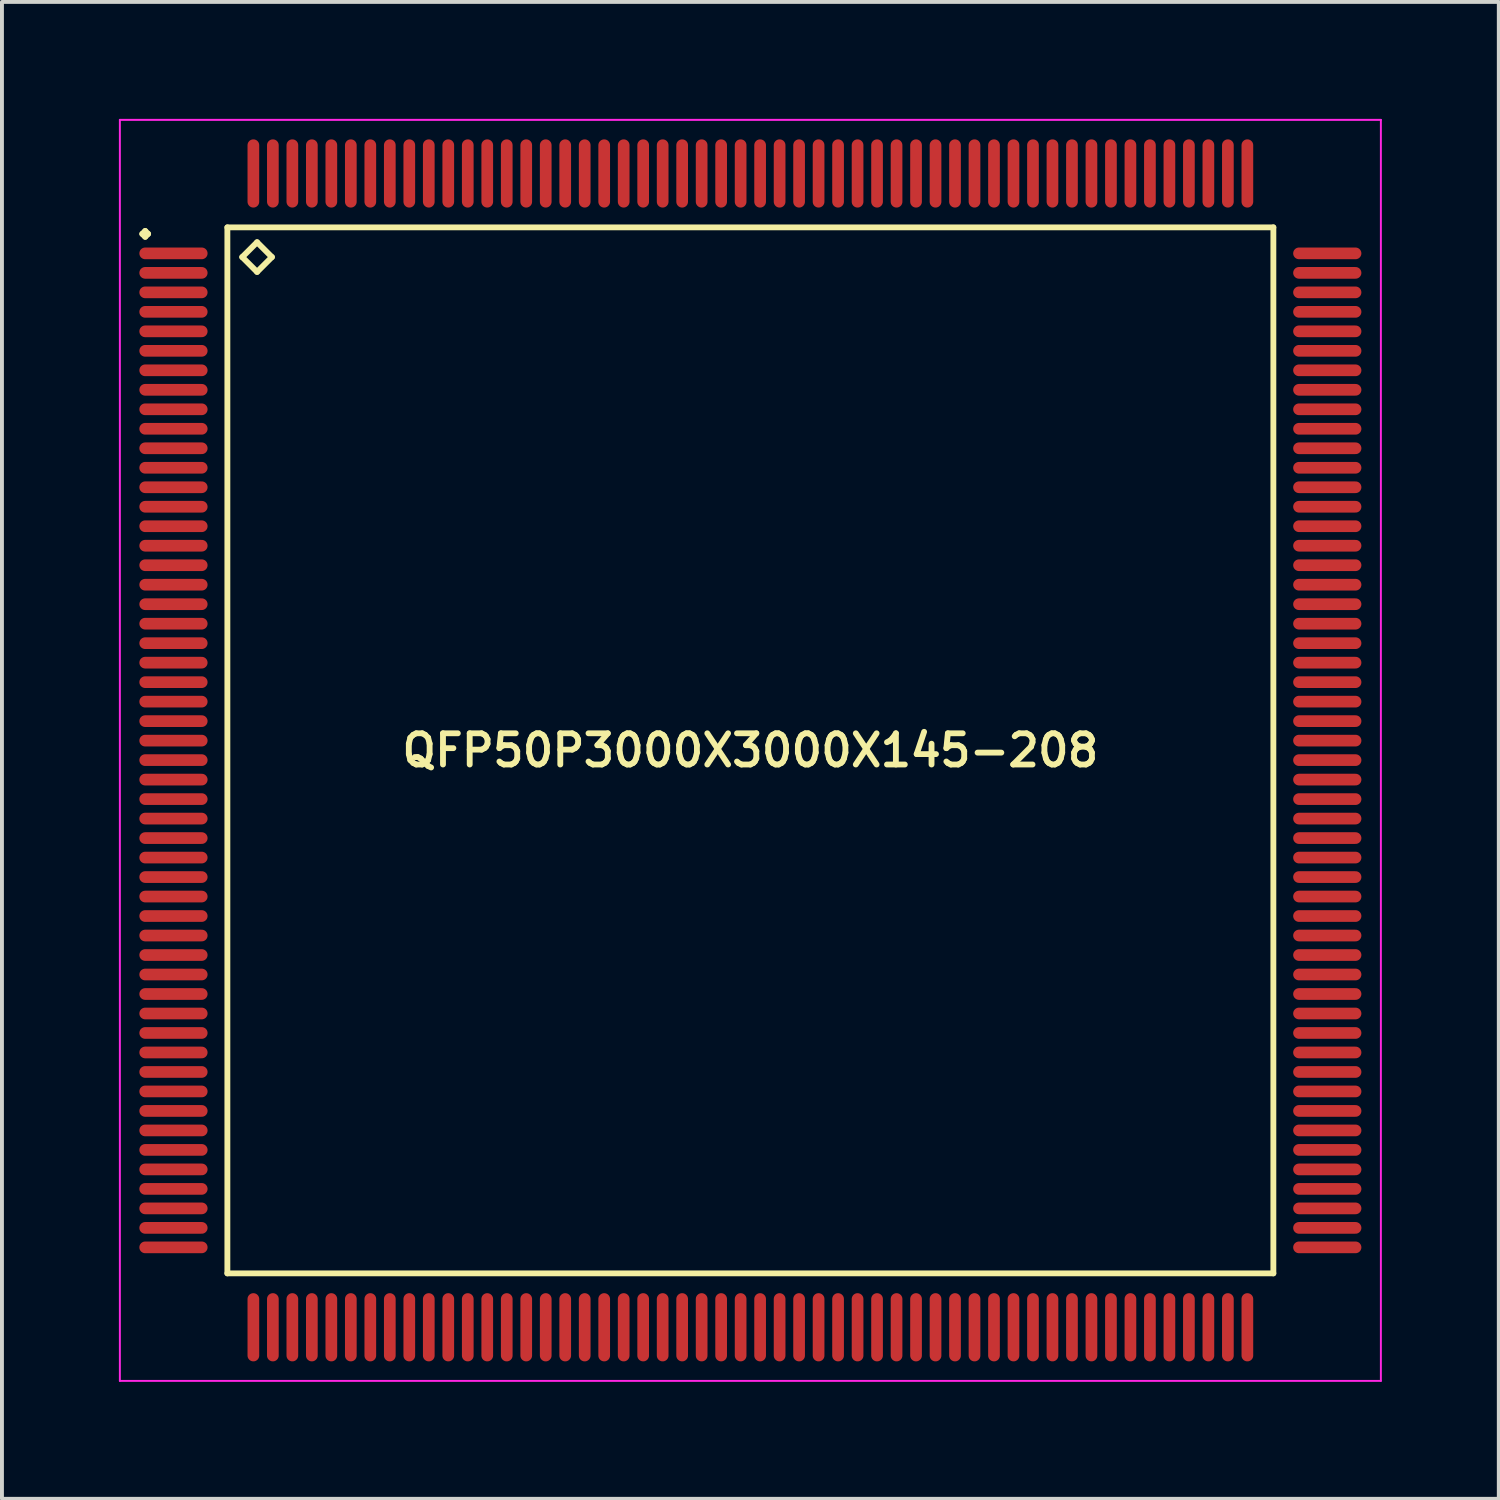
<source format=kicad_pcb>
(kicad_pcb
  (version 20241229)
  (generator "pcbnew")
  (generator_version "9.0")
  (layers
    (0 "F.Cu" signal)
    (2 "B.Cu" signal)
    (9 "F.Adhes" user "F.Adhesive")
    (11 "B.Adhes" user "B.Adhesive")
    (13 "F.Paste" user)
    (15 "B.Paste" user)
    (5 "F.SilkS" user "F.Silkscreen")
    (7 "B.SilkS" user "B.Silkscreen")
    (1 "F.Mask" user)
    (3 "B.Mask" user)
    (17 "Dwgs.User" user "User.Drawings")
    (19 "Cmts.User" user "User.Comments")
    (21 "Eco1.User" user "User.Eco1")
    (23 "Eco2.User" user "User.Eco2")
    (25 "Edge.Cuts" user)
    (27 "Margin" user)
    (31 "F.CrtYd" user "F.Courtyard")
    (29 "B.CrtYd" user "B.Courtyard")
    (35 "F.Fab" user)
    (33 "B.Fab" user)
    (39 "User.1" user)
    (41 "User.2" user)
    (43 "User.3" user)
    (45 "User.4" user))
  (footprint "QFP50P3000X3000X145-208"
    (layer "F.Cu")
    (at 16.2 16.2)
    (property "Reference" "QFP50P3000X3000X145-208" (at 0 0 0) (layer "F.SilkS") (effects (font (size 0.8 0.8) (thickness 0.15))))
    (attr smd)
    (fp_line (start -15.6 -13.25) (end -15.525 -13.325) (stroke (width 0.15) (type solid)) (layer "F.SilkS"))
    (fp_line (start -15.525 -13.325) (end -15.45 -13.25) (stroke (width 0.15) (type solid)) (layer "F.SilkS"))
    (fp_line (start -15.525 -13.175) (end -15.6 -13.25) (stroke (width 0.15) (type solid)) (layer "F.SilkS"))
    (fp_line (start -15.45 -13.25) (end -15.525 -13.175) (stroke (width 0.15) (type solid)) (layer "F.SilkS"))
    (fp_line (start -13.417 -13.417) (end -13.417 13.417) (stroke (width 0.15) (type solid)) (layer "F.SilkS"))
    (fp_line (start -13.417 13.417) (end 13.417 13.417) (stroke (width 0.15) (type solid)) (layer "F.SilkS"))
    (fp_line (start -13.036 -12.655) (end -12.655 -13.036) (stroke (width 0.15) (type solid)) (layer "F.SilkS"))
    (fp_line (start -12.655 -13.036) (end -12.274 -12.655) (stroke (width 0.15) (type solid)) (layer "F.SilkS"))
    (fp_line (start -12.655 -12.274) (end -13.036 -12.655) (stroke (width 0.15) (type solid)) (layer "F.SilkS"))
    (fp_line (start -12.274 -12.655) (end -12.655 -12.274) (stroke (width 0.15) (type solid)) (layer "F.SilkS"))
    (fp_line (start 13.417 -13.417) (end -13.417 -13.417) (stroke (width 0.15) (type solid)) (layer "F.SilkS"))
    (fp_line (start 13.417 13.417) (end 13.417 -13.417) (stroke (width 0.15) (type solid)) (layer "F.SilkS"))
    (fp_line (start -16.175 -16.175) (end 16.175 -16.175) (stroke (width 0.05) (type solid)) (layer "F.CrtYd"))
    (fp_line (start -16.175 16.175) (end -16.175 -16.175) (stroke (width 0.05) (type solid)) (layer "F.CrtYd"))
    (fp_line (start 16.175 -16.175) (end 16.175 16.175) (stroke (width 0.05) (type solid)) (layer "F.CrtYd"))
    (fp_line (start 16.175 16.175) (end -16.175 16.175) (stroke (width 0.05) (type solid)) (layer "F.CrtYd"))
    (pad "1" smd oval (at -14.8 -12.75) (size 1.75 0.3) (layers "F.Cu" "F.Mask" "F.Paste"))
    (pad "2" smd oval (at -14.8 -12.25) (size 1.75 0.3) (layers "F.Cu" "F.Mask" "F.Paste"))
    (pad "3" smd oval (at -14.8 -11.75) (size 1.75 0.3) (layers "F.Cu" "F.Mask" "F.Paste"))
    (pad "4" smd oval (at -14.8 -11.25) (size 1.75 0.3) (layers "F.Cu" "F.Mask" "F.Paste"))
    (pad "5" smd oval (at -14.8 -10.75) (size 1.75 0.3) (layers "F.Cu" "F.Mask" "F.Paste"))
    (pad "6" smd oval (at -14.8 -10.25) (size 1.75 0.3) (layers "F.Cu" "F.Mask" "F.Paste"))
    (pad "7" smd oval (at -14.8 -9.75) (size 1.75 0.3) (layers "F.Cu" "F.Mask" "F.Paste"))
    (pad "8" smd oval (at -14.8 -9.25) (size 1.75 0.3) (layers "F.Cu" "F.Mask" "F.Paste"))
    (pad "9" smd oval (at -14.8 -8.75) (size 1.75 0.3) (layers "F.Cu" "F.Mask" "F.Paste"))
    (pad "10" smd oval (at -14.8 -8.25) (size 1.75 0.3) (layers "F.Cu" "F.Mask" "F.Paste"))
    (pad "11" smd oval (at -14.8 -7.75) (size 1.75 0.3) (layers "F.Cu" "F.Mask" "F.Paste"))
    (pad "12" smd oval (at -14.8 -7.25) (size 1.75 0.3) (layers "F.Cu" "F.Mask" "F.Paste"))
    (pad "13" smd oval (at -14.8 -6.75) (size 1.75 0.3) (layers "F.Cu" "F.Mask" "F.Paste"))
    (pad "14" smd oval (at -14.8 -6.25) (size 1.75 0.3) (layers "F.Cu" "F.Mask" "F.Paste"))
    (pad "15" smd oval (at -14.8 -5.75) (size 1.75 0.3) (layers "F.Cu" "F.Mask" "F.Paste"))
    (pad "16" smd oval (at -14.8 -5.25) (size 1.75 0.3) (layers "F.Cu" "F.Mask" "F.Paste"))
    (pad "17" smd oval (at -14.8 -4.75) (size 1.75 0.3) (layers "F.Cu" "F.Mask" "F.Paste"))
    (pad "18" smd oval (at -14.8 -4.25) (size 1.75 0.3) (layers "F.Cu" "F.Mask" "F.Paste"))
    (pad "19" smd oval (at -14.8 -3.75) (size 1.75 0.3) (layers "F.Cu" "F.Mask" "F.Paste"))
    (pad "20" smd oval (at -14.8 -3.25) (size 1.75 0.3) (layers "F.Cu" "F.Mask" "F.Paste"))
    (pad "21" smd oval (at -14.8 -2.75) (size 1.75 0.3) (layers "F.Cu" "F.Mask" "F.Paste"))
    (pad "22" smd oval (at -14.8 -2.25) (size 1.75 0.3) (layers "F.Cu" "F.Mask" "F.Paste"))
    (pad "23" smd oval (at -14.8 -1.75) (size 1.75 0.3) (layers "F.Cu" "F.Mask" "F.Paste"))
    (pad "24" smd oval (at -14.8 -1.25) (size 1.75 0.3) (layers "F.Cu" "F.Mask" "F.Paste"))
    (pad "25" smd oval (at -14.8 -0.75) (size 1.75 0.3) (layers "F.Cu" "F.Mask" "F.Paste"))
    (pad "26" smd oval (at -14.8 -0.25) (size 1.75 0.3) (layers "F.Cu" "F.Mask" "F.Paste"))
    (pad "27" smd oval (at -14.8 0.25) (size 1.75 0.3) (layers "F.Cu" "F.Mask" "F.Paste"))
    (pad "28" smd oval (at -14.8 0.75) (size 1.75 0.3) (layers "F.Cu" "F.Mask" "F.Paste"))
    (pad "29" smd oval (at -14.8 1.25) (size 1.75 0.3) (layers "F.Cu" "F.Mask" "F.Paste"))
    (pad "30" smd oval (at -14.8 1.75) (size 1.75 0.3) (layers "F.Cu" "F.Mask" "F.Paste"))
    (pad "31" smd oval (at -14.8 2.25) (size 1.75 0.3) (layers "F.Cu" "F.Mask" "F.Paste"))
    (pad "32" smd oval (at -14.8 2.75) (size 1.75 0.3) (layers "F.Cu" "F.Mask" "F.Paste"))
    (pad "33" smd oval (at -14.8 3.25) (size 1.75 0.3) (layers "F.Cu" "F.Mask" "F.Paste"))
    (pad "34" smd oval (at -14.8 3.75) (size 1.75 0.3) (layers "F.Cu" "F.Mask" "F.Paste"))
    (pad "35" smd oval (at -14.8 4.25) (size 1.75 0.3) (layers "F.Cu" "F.Mask" "F.Paste"))
    (pad "36" smd oval (at -14.8 4.75) (size 1.75 0.3) (layers "F.Cu" "F.Mask" "F.Paste"))
    (pad "37" smd oval (at -14.8 5.25) (size 1.75 0.3) (layers "F.Cu" "F.Mask" "F.Paste"))
    (pad "38" smd oval (at -14.8 5.75) (size 1.75 0.3) (layers "F.Cu" "F.Mask" "F.Paste"))
    (pad "39" smd oval (at -14.8 6.25) (size 1.75 0.3) (layers "F.Cu" "F.Mask" "F.Paste"))
    (pad "40" smd oval (at -14.8 6.75) (size 1.75 0.3) (layers "F.Cu" "F.Mask" "F.Paste"))
    (pad "41" smd oval (at -14.8 7.25) (size 1.75 0.3) (layers "F.Cu" "F.Mask" "F.Paste"))
    (pad "42" smd oval (at -14.8 7.75) (size 1.75 0.3) (layers "F.Cu" "F.Mask" "F.Paste"))
    (pad "43" smd oval (at -14.8 8.25) (size 1.75 0.3) (layers "F.Cu" "F.Mask" "F.Paste"))
    (pad "44" smd oval (at -14.8 8.75) (size 1.75 0.3) (layers "F.Cu" "F.Mask" "F.Paste"))
    (pad "45" smd oval (at -14.8 9.25) (size 1.75 0.3) (layers "F.Cu" "F.Mask" "F.Paste"))
    (pad "46" smd oval (at -14.8 9.75) (size 1.75 0.3) (layers "F.Cu" "F.Mask" "F.Paste"))
    (pad "47" smd oval (at -14.8 10.25) (size 1.75 0.3) (layers "F.Cu" "F.Mask" "F.Paste"))
    (pad "48" smd oval (at -14.8 10.75) (size 1.75 0.3) (layers "F.Cu" "F.Mask" "F.Paste"))
    (pad "49" smd oval (at -14.8 11.25) (size 1.75 0.3) (layers "F.Cu" "F.Mask" "F.Paste"))
    (pad "50" smd oval (at -14.8 11.75) (size 1.75 0.3) (layers "F.Cu" "F.Mask" "F.Paste"))
    (pad "51" smd oval (at -14.8 12.25) (size 1.75 0.3) (layers "F.Cu" "F.Mask" "F.Paste"))
    (pad "52" smd oval (at -14.8 12.75) (size 1.75 0.3) (layers "F.Cu" "F.Mask" "F.Paste"))
    (pad "53" smd oval (at -12.75 14.8) (size 0.3 1.75) (layers "F.Cu" "F.Mask" "F.Paste"))
    (pad "54" smd oval (at -12.25 14.8) (size 0.3 1.75) (layers "F.Cu" "F.Mask" "F.Paste"))
    (pad "55" smd oval (at -11.75 14.8) (size 0.3 1.75) (layers "F.Cu" "F.Mask" "F.Paste"))
    (pad "56" smd oval (at -11.25 14.8) (size 0.3 1.75) (layers "F.Cu" "F.Mask" "F.Paste"))
    (pad "57" smd oval (at -10.75 14.8) (size 0.3 1.75) (layers "F.Cu" "F.Mask" "F.Paste"))
    (pad "58" smd oval (at -10.25 14.8) (size 0.3 1.75) (layers "F.Cu" "F.Mask" "F.Paste"))
    (pad "59" smd oval (at -9.75 14.8) (size 0.3 1.75) (layers "F.Cu" "F.Mask" "F.Paste"))
    (pad "60" smd oval (at -9.25 14.8) (size 0.3 1.75) (layers "F.Cu" "F.Mask" "F.Paste"))
    (pad "61" smd oval (at -8.75 14.8) (size 0.3 1.75) (layers "F.Cu" "F.Mask" "F.Paste"))
    (pad "62" smd oval (at -8.25 14.8) (size 0.3 1.75) (layers "F.Cu" "F.Mask" "F.Paste"))
    (pad "63" smd oval (at -7.75 14.8) (size 0.3 1.75) (layers "F.Cu" "F.Mask" "F.Paste"))
    (pad "64" smd oval (at -7.25 14.8) (size 0.3 1.75) (layers "F.Cu" "F.Mask" "F.Paste"))
    (pad "65" smd oval (at -6.75 14.8) (size 0.3 1.75) (layers "F.Cu" "F.Mask" "F.Paste"))
    (pad "66" smd oval (at -6.25 14.8) (size 0.3 1.75) (layers "F.Cu" "F.Mask" "F.Paste"))
    (pad "67" smd oval (at -5.75 14.8) (size 0.3 1.75) (layers "F.Cu" "F.Mask" "F.Paste"))
    (pad "68" smd oval (at -5.25 14.8) (size 0.3 1.75) (layers "F.Cu" "F.Mask" "F.Paste"))
    (pad "69" smd oval (at -4.75 14.8) (size 0.3 1.75) (layers "F.Cu" "F.Mask" "F.Paste"))
    (pad "70" smd oval (at -4.25 14.8) (size 0.3 1.75) (layers "F.Cu" "F.Mask" "F.Paste"))
    (pad "71" smd oval (at -3.75 14.8) (size 0.3 1.75) (layers "F.Cu" "F.Mask" "F.Paste"))
    (pad "72" smd oval (at -3.25 14.8) (size 0.3 1.75) (layers "F.Cu" "F.Mask" "F.Paste"))
    (pad "73" smd oval (at -2.75 14.8) (size 0.3 1.75) (layers "F.Cu" "F.Mask" "F.Paste"))
    (pad "74" smd oval (at -2.25 14.8) (size 0.3 1.75) (layers "F.Cu" "F.Mask" "F.Paste"))
    (pad "75" smd oval (at -1.75 14.8) (size 0.3 1.75) (layers "F.Cu" "F.Mask" "F.Paste"))
    (pad "76" smd oval (at -1.25 14.8) (size 0.3 1.75) (layers "F.Cu" "F.Mask" "F.Paste"))
    (pad "77" smd oval (at -0.75 14.8) (size 0.3 1.75) (layers "F.Cu" "F.Mask" "F.Paste"))
    (pad "78" smd oval (at -0.25 14.8) (size 0.3 1.75) (layers "F.Cu" "F.Mask" "F.Paste"))
    (pad "79" smd oval (at 0.25 14.8) (size 0.3 1.75) (layers "F.Cu" "F.Mask" "F.Paste"))
    (pad "80" smd oval (at 0.75 14.8) (size 0.3 1.75) (layers "F.Cu" "F.Mask" "F.Paste"))
    (pad "81" smd oval (at 1.25 14.8) (size 0.3 1.75) (layers "F.Cu" "F.Mask" "F.Paste"))
    (pad "82" smd oval (at 1.75 14.8) (size 0.3 1.75) (layers "F.Cu" "F.Mask" "F.Paste"))
    (pad "83" smd oval (at 2.25 14.8) (size 0.3 1.75) (layers "F.Cu" "F.Mask" "F.Paste"))
    (pad "84" smd oval (at 2.75 14.8) (size 0.3 1.75) (layers "F.Cu" "F.Mask" "F.Paste"))
    (pad "85" smd oval (at 3.25 14.8) (size 0.3 1.75) (layers "F.Cu" "F.Mask" "F.Paste"))
    (pad "86" smd oval (at 3.75 14.8) (size 0.3 1.75) (layers "F.Cu" "F.Mask" "F.Paste"))
    (pad "87" smd oval (at 4.25 14.8) (size 0.3 1.75) (layers "F.Cu" "F.Mask" "F.Paste"))
    (pad "88" smd oval (at 4.75 14.8) (size 0.3 1.75) (layers "F.Cu" "F.Mask" "F.Paste"))
    (pad "89" smd oval (at 5.25 14.8) (size 0.3 1.75) (layers "F.Cu" "F.Mask" "F.Paste"))
    (pad "90" smd oval (at 5.75 14.8) (size 0.3 1.75) (layers "F.Cu" "F.Mask" "F.Paste"))
    (pad "91" smd oval (at 6.25 14.8) (size 0.3 1.75) (layers "F.Cu" "F.Mask" "F.Paste"))
    (pad "92" smd oval (at 6.75 14.8) (size 0.3 1.75) (layers "F.Cu" "F.Mask" "F.Paste"))
    (pad "93" smd oval (at 7.25 14.8) (size 0.3 1.75) (layers "F.Cu" "F.Mask" "F.Paste"))
    (pad "94" smd oval (at 7.75 14.8) (size 0.3 1.75) (layers "F.Cu" "F.Mask" "F.Paste"))
    (pad "95" smd oval (at 8.25 14.8) (size 0.3 1.75) (layers "F.Cu" "F.Mask" "F.Paste"))
    (pad "96" smd oval (at 8.75 14.8) (size 0.3 1.75) (layers "F.Cu" "F.Mask" "F.Paste"))
    (pad "97" smd oval (at 9.25 14.8) (size 0.3 1.75) (layers "F.Cu" "F.Mask" "F.Paste"))
    (pad "98" smd oval (at 9.75 14.8) (size 0.3 1.75) (layers "F.Cu" "F.Mask" "F.Paste"))
    (pad "99" smd oval (at 10.25 14.8) (size 0.3 1.75) (layers "F.Cu" "F.Mask" "F.Paste"))
    (pad "100" smd oval (at 10.75 14.8) (size 0.3 1.75) (layers "F.Cu" "F.Mask" "F.Paste"))
    (pad "101" smd oval (at 11.25 14.8) (size 0.3 1.75) (layers "F.Cu" "F.Mask" "F.Paste"))
    (pad "102" smd oval (at 11.75 14.8) (size 0.3 1.75) (layers "F.Cu" "F.Mask" "F.Paste"))
    (pad "103" smd oval (at 12.25 14.8) (size 0.3 1.75) (layers "F.Cu" "F.Mask" "F.Paste"))
    (pad "104" smd oval (at 12.75 14.8) (size 0.3 1.75) (layers "F.Cu" "F.Mask" "F.Paste"))
    (pad "105" smd oval (at 14.8 12.75) (size 1.75 0.3) (layers "F.Cu" "F.Mask" "F.Paste"))
    (pad "106" smd oval (at 14.8 12.25) (size 1.75 0.3) (layers "F.Cu" "F.Mask" "F.Paste"))
    (pad "107" smd oval (at 14.8 11.75) (size 1.75 0.3) (layers "F.Cu" "F.Mask" "F.Paste"))
    (pad "108" smd oval (at 14.8 11.25) (size 1.75 0.3) (layers "F.Cu" "F.Mask" "F.Paste"))
    (pad "109" smd oval (at 14.8 10.75) (size 1.75 0.3) (layers "F.Cu" "F.Mask" "F.Paste"))
    (pad "110" smd oval (at 14.8 10.25) (size 1.75 0.3) (layers "F.Cu" "F.Mask" "F.Paste"))
    (pad "111" smd oval (at 14.8 9.75) (size 1.75 0.3) (layers "F.Cu" "F.Mask" "F.Paste"))
    (pad "112" smd oval (at 14.8 9.25) (size 1.75 0.3) (layers "F.Cu" "F.Mask" "F.Paste"))
    (pad "113" smd oval (at 14.8 8.75) (size 1.75 0.3) (layers "F.Cu" "F.Mask" "F.Paste"))
    (pad "114" smd oval (at 14.8 8.25) (size 1.75 0.3) (layers "F.Cu" "F.Mask" "F.Paste"))
    (pad "115" smd oval (at 14.8 7.75) (size 1.75 0.3) (layers "F.Cu" "F.Mask" "F.Paste"))
    (pad "116" smd oval (at 14.8 7.25) (size 1.75 0.3) (layers "F.Cu" "F.Mask" "F.Paste"))
    (pad "117" smd oval (at 14.8 6.75) (size 1.75 0.3) (layers "F.Cu" "F.Mask" "F.Paste"))
    (pad "118" smd oval (at 14.8 6.25) (size 1.75 0.3) (layers "F.Cu" "F.Mask" "F.Paste"))
    (pad "119" smd oval (at 14.8 5.75) (size 1.75 0.3) (layers "F.Cu" "F.Mask" "F.Paste"))
    (pad "120" smd oval (at 14.8 5.25) (size 1.75 0.3) (layers "F.Cu" "F.Mask" "F.Paste"))
    (pad "121" smd oval (at 14.8 4.75) (size 1.75 0.3) (layers "F.Cu" "F.Mask" "F.Paste"))
    (pad "122" smd oval (at 14.8 4.25) (size 1.75 0.3) (layers "F.Cu" "F.Mask" "F.Paste"))
    (pad "123" smd oval (at 14.8 3.75) (size 1.75 0.3) (layers "F.Cu" "F.Mask" "F.Paste"))
    (pad "124" smd oval (at 14.8 3.25) (size 1.75 0.3) (layers "F.Cu" "F.Mask" "F.Paste"))
    (pad "125" smd oval (at 14.8 2.75) (size 1.75 0.3) (layers "F.Cu" "F.Mask" "F.Paste"))
    (pad "126" smd oval (at 14.8 2.25) (size 1.75 0.3) (layers "F.Cu" "F.Mask" "F.Paste"))
    (pad "127" smd oval (at 14.8 1.75) (size 1.75 0.3) (layers "F.Cu" "F.Mask" "F.Paste"))
    (pad "128" smd oval (at 14.8 1.25) (size 1.75 0.3) (layers "F.Cu" "F.Mask" "F.Paste"))
    (pad "129" smd oval (at 14.8 0.75) (size 1.75 0.3) (layers "F.Cu" "F.Mask" "F.Paste"))
    (pad "130" smd oval (at 14.8 0.25) (size 1.75 0.3) (layers "F.Cu" "F.Mask" "F.Paste"))
    (pad "131" smd oval (at 14.8 -0.25) (size 1.75 0.3) (layers "F.Cu" "F.Mask" "F.Paste"))
    (pad "132" smd oval (at 14.8 -0.75) (size 1.75 0.3) (layers "F.Cu" "F.Mask" "F.Paste"))
    (pad "133" smd oval (at 14.8 -1.25) (size 1.75 0.3) (layers "F.Cu" "F.Mask" "F.Paste"))
    (pad "134" smd oval (at 14.8 -1.75) (size 1.75 0.3) (layers "F.Cu" "F.Mask" "F.Paste"))
    (pad "135" smd oval (at 14.8 -2.25) (size 1.75 0.3) (layers "F.Cu" "F.Mask" "F.Paste"))
    (pad "136" smd oval (at 14.8 -2.75) (size 1.75 0.3) (layers "F.Cu" "F.Mask" "F.Paste"))
    (pad "137" smd oval (at 14.8 -3.25) (size 1.75 0.3) (layers "F.Cu" "F.Mask" "F.Paste"))
    (pad "138" smd oval (at 14.8 -3.75) (size 1.75 0.3) (layers "F.Cu" "F.Mask" "F.Paste"))
    (pad "139" smd oval (at 14.8 -4.25) (size 1.75 0.3) (layers "F.Cu" "F.Mask" "F.Paste"))
    (pad "140" smd oval (at 14.8 -4.75) (size 1.75 0.3) (layers "F.Cu" "F.Mask" "F.Paste"))
    (pad "141" smd oval (at 14.8 -5.25) (size 1.75 0.3) (layers "F.Cu" "F.Mask" "F.Paste"))
    (pad "142" smd oval (at 14.8 -5.75) (size 1.75 0.3) (layers "F.Cu" "F.Mask" "F.Paste"))
    (pad "143" smd oval (at 14.8 -6.25) (size 1.75 0.3) (layers "F.Cu" "F.Mask" "F.Paste"))
    (pad "144" smd oval (at 14.8 -6.75) (size 1.75 0.3) (layers "F.Cu" "F.Mask" "F.Paste"))
    (pad "145" smd oval (at 14.8 -7.25) (size 1.75 0.3) (layers "F.Cu" "F.Mask" "F.Paste"))
    (pad "146" smd oval (at 14.8 -7.75) (size 1.75 0.3) (layers "F.Cu" "F.Mask" "F.Paste"))
    (pad "147" smd oval (at 14.8 -8.25) (size 1.75 0.3) (layers "F.Cu" "F.Mask" "F.Paste"))
    (pad "148" smd oval (at 14.8 -8.75) (size 1.75 0.3) (layers "F.Cu" "F.Mask" "F.Paste"))
    (pad "149" smd oval (at 14.8 -9.25) (size 1.75 0.3) (layers "F.Cu" "F.Mask" "F.Paste"))
    (pad "150" smd oval (at 14.8 -9.75) (size 1.75 0.3) (layers "F.Cu" "F.Mask" "F.Paste"))
    (pad "151" smd oval (at 14.8 -10.25) (size 1.75 0.3) (layers "F.Cu" "F.Mask" "F.Paste"))
    (pad "152" smd oval (at 14.8 -10.75) (size 1.75 0.3) (layers "F.Cu" "F.Mask" "F.Paste"))
    (pad "153" smd oval (at 14.8 -11.25) (size 1.75 0.3) (layers "F.Cu" "F.Mask" "F.Paste"))
    (pad "154" smd oval (at 14.8 -11.75) (size 1.75 0.3) (layers "F.Cu" "F.Mask" "F.Paste"))
    (pad "155" smd oval (at 14.8 -12.25) (size 1.75 0.3) (layers "F.Cu" "F.Mask" "F.Paste"))
    (pad "156" smd oval (at 14.8 -12.75) (size 1.75 0.3) (layers "F.Cu" "F.Mask" "F.Paste"))
    (pad "157" smd oval (at 12.75 -14.8) (size 0.3 1.75) (layers "F.Cu" "F.Mask" "F.Paste"))
    (pad "158" smd oval (at 12.25 -14.8) (size 0.3 1.75) (layers "F.Cu" "F.Mask" "F.Paste"))
    (pad "159" smd oval (at 11.75 -14.8) (size 0.3 1.75) (layers "F.Cu" "F.Mask" "F.Paste"))
    (pad "160" smd oval (at 11.25 -14.8) (size 0.3 1.75) (layers "F.Cu" "F.Mask" "F.Paste"))
    (pad "161" smd oval (at 10.75 -14.8) (size 0.3 1.75) (layers "F.Cu" "F.Mask" "F.Paste"))
    (pad "162" smd oval (at 10.25 -14.8) (size 0.3 1.75) (layers "F.Cu" "F.Mask" "F.Paste"))
    (pad "163" smd oval (at 9.75 -14.8) (size 0.3 1.75) (layers "F.Cu" "F.Mask" "F.Paste"))
    (pad "164" smd oval (at 9.25 -14.8) (size 0.3 1.75) (layers "F.Cu" "F.Mask" "F.Paste"))
    (pad "165" smd oval (at 8.75 -14.8) (size 0.3 1.75) (layers "F.Cu" "F.Mask" "F.Paste"))
    (pad "166" smd oval (at 8.25 -14.8) (size 0.3 1.75) (layers "F.Cu" "F.Mask" "F.Paste"))
    (pad "167" smd oval (at 7.75 -14.8) (size 0.3 1.75) (layers "F.Cu" "F.Mask" "F.Paste"))
    (pad "168" smd oval (at 7.25 -14.8) (size 0.3 1.75) (layers "F.Cu" "F.Mask" "F.Paste"))
    (pad "169" smd oval (at 6.75 -14.8) (size 0.3 1.75) (layers "F.Cu" "F.Mask" "F.Paste"))
    (pad "170" smd oval (at 6.25 -14.8) (size 0.3 1.75) (layers "F.Cu" "F.Mask" "F.Paste"))
    (pad "171" smd oval (at 5.75 -14.8) (size 0.3 1.75) (layers "F.Cu" "F.Mask" "F.Paste"))
    (pad "172" smd oval (at 5.25 -14.8) (size 0.3 1.75) (layers "F.Cu" "F.Mask" "F.Paste"))
    (pad "173" smd oval (at 4.75 -14.8) (size 0.3 1.75) (layers "F.Cu" "F.Mask" "F.Paste"))
    (pad "174" smd oval (at 4.25 -14.8) (size 0.3 1.75) (layers "F.Cu" "F.Mask" "F.Paste"))
    (pad "175" smd oval (at 3.75 -14.8) (size 0.3 1.75) (layers "F.Cu" "F.Mask" "F.Paste"))
    (pad "176" smd oval (at 3.25 -14.8) (size 0.3 1.75) (layers "F.Cu" "F.Mask" "F.Paste"))
    (pad "177" smd oval (at 2.75 -14.8) (size 0.3 1.75) (layers "F.Cu" "F.Mask" "F.Paste"))
    (pad "178" smd oval (at 2.25 -14.8) (size 0.3 1.75) (layers "F.Cu" "F.Mask" "F.Paste"))
    (pad "179" smd oval (at 1.75 -14.8) (size 0.3 1.75) (layers "F.Cu" "F.Mask" "F.Paste"))
    (pad "180" smd oval (at 1.25 -14.8) (size 0.3 1.75) (layers "F.Cu" "F.Mask" "F.Paste"))
    (pad "181" smd oval (at 0.75 -14.8) (size 0.3 1.75) (layers "F.Cu" "F.Mask" "F.Paste"))
    (pad "182" smd oval (at 0.25 -14.8) (size 0.3 1.75) (layers "F.Cu" "F.Mask" "F.Paste"))
    (pad "183" smd oval (at -0.25 -14.8) (size 0.3 1.75) (layers "F.Cu" "F.Mask" "F.Paste"))
    (pad "184" smd oval (at -0.75 -14.8) (size 0.3 1.75) (layers "F.Cu" "F.Mask" "F.Paste"))
    (pad "185" smd oval (at -1.25 -14.8) (size 0.3 1.75) (layers "F.Cu" "F.Mask" "F.Paste"))
    (pad "186" smd oval (at -1.75 -14.8) (size 0.3 1.75) (layers "F.Cu" "F.Mask" "F.Paste"))
    (pad "187" smd oval (at -2.25 -14.8) (size 0.3 1.75) (layers "F.Cu" "F.Mask" "F.Paste"))
    (pad "188" smd oval (at -2.75 -14.8) (size 0.3 1.75) (layers "F.Cu" "F.Mask" "F.Paste"))
    (pad "189" smd oval (at -3.25 -14.8) (size 0.3 1.75) (layers "F.Cu" "F.Mask" "F.Paste"))
    (pad "190" smd oval (at -3.75 -14.8) (size 0.3 1.75) (layers "F.Cu" "F.Mask" "F.Paste"))
    (pad "191" smd oval (at -4.25 -14.8) (size 0.3 1.75) (layers "F.Cu" "F.Mask" "F.Paste"))
    (pad "192" smd oval (at -4.75 -14.8) (size 0.3 1.75) (layers "F.Cu" "F.Mask" "F.Paste"))
    (pad "193" smd oval (at -5.25 -14.8) (size 0.3 1.75) (layers "F.Cu" "F.Mask" "F.Paste"))
    (pad "194" smd oval (at -5.75 -14.8) (size 0.3 1.75) (layers "F.Cu" "F.Mask" "F.Paste"))
    (pad "195" smd oval (at -6.25 -14.8) (size 0.3 1.75) (layers "F.Cu" "F.Mask" "F.Paste"))
    (pad "196" smd oval (at -6.75 -14.8) (size 0.3 1.75) (layers "F.Cu" "F.Mask" "F.Paste"))
    (pad "197" smd oval (at -7.25 -14.8) (size 0.3 1.75) (layers "F.Cu" "F.Mask" "F.Paste"))
    (pad "198" smd oval (at -7.75 -14.8) (size 0.3 1.75) (layers "F.Cu" "F.Mask" "F.Paste"))
    (pad "199" smd oval (at -8.25 -14.8) (size 0.3 1.75) (layers "F.Cu" "F.Mask" "F.Paste"))
    (pad "200" smd oval (at -8.75 -14.8) (size 0.3 1.75) (layers "F.Cu" "F.Mask" "F.Paste"))
    (pad "201" smd oval (at -9.25 -14.8) (size 0.3 1.75) (layers "F.Cu" "F.Mask" "F.Paste"))
    (pad "202" smd oval (at -9.75 -14.8) (size 0.3 1.75) (layers "F.Cu" "F.Mask" "F.Paste"))
    (pad "203" smd oval (at -10.25 -14.8) (size 0.3 1.75) (layers "F.Cu" "F.Mask" "F.Paste"))
    (pad "204" smd oval (at -10.75 -14.8) (size 0.3 1.75) (layers "F.Cu" "F.Mask" "F.Paste"))
    (pad "205" smd oval (at -11.25 -14.8) (size 0.3 1.75) (layers "F.Cu" "F.Mask" "F.Paste"))
    (pad "206" smd oval (at -11.75 -14.8) (size 0.3 1.75) (layers "F.Cu" "F.Mask" "F.Paste"))
    (pad "207" smd oval (at -12.25 -14.8) (size 0.3 1.75) (layers "F.Cu" "F.Mask" "F.Paste"))
    (pad "208" smd oval (at -12.75 -14.8) (size 0.3 1.75) (layers "F.Cu" "F.Mask" "F.Paste")))
  (gr_rect
    (start -3 -3)
    (end 35.4 35.4)
    (stroke (width 0.1) (type default))
    (fill no)
    (layer "Edge.Cuts")))
</source>
